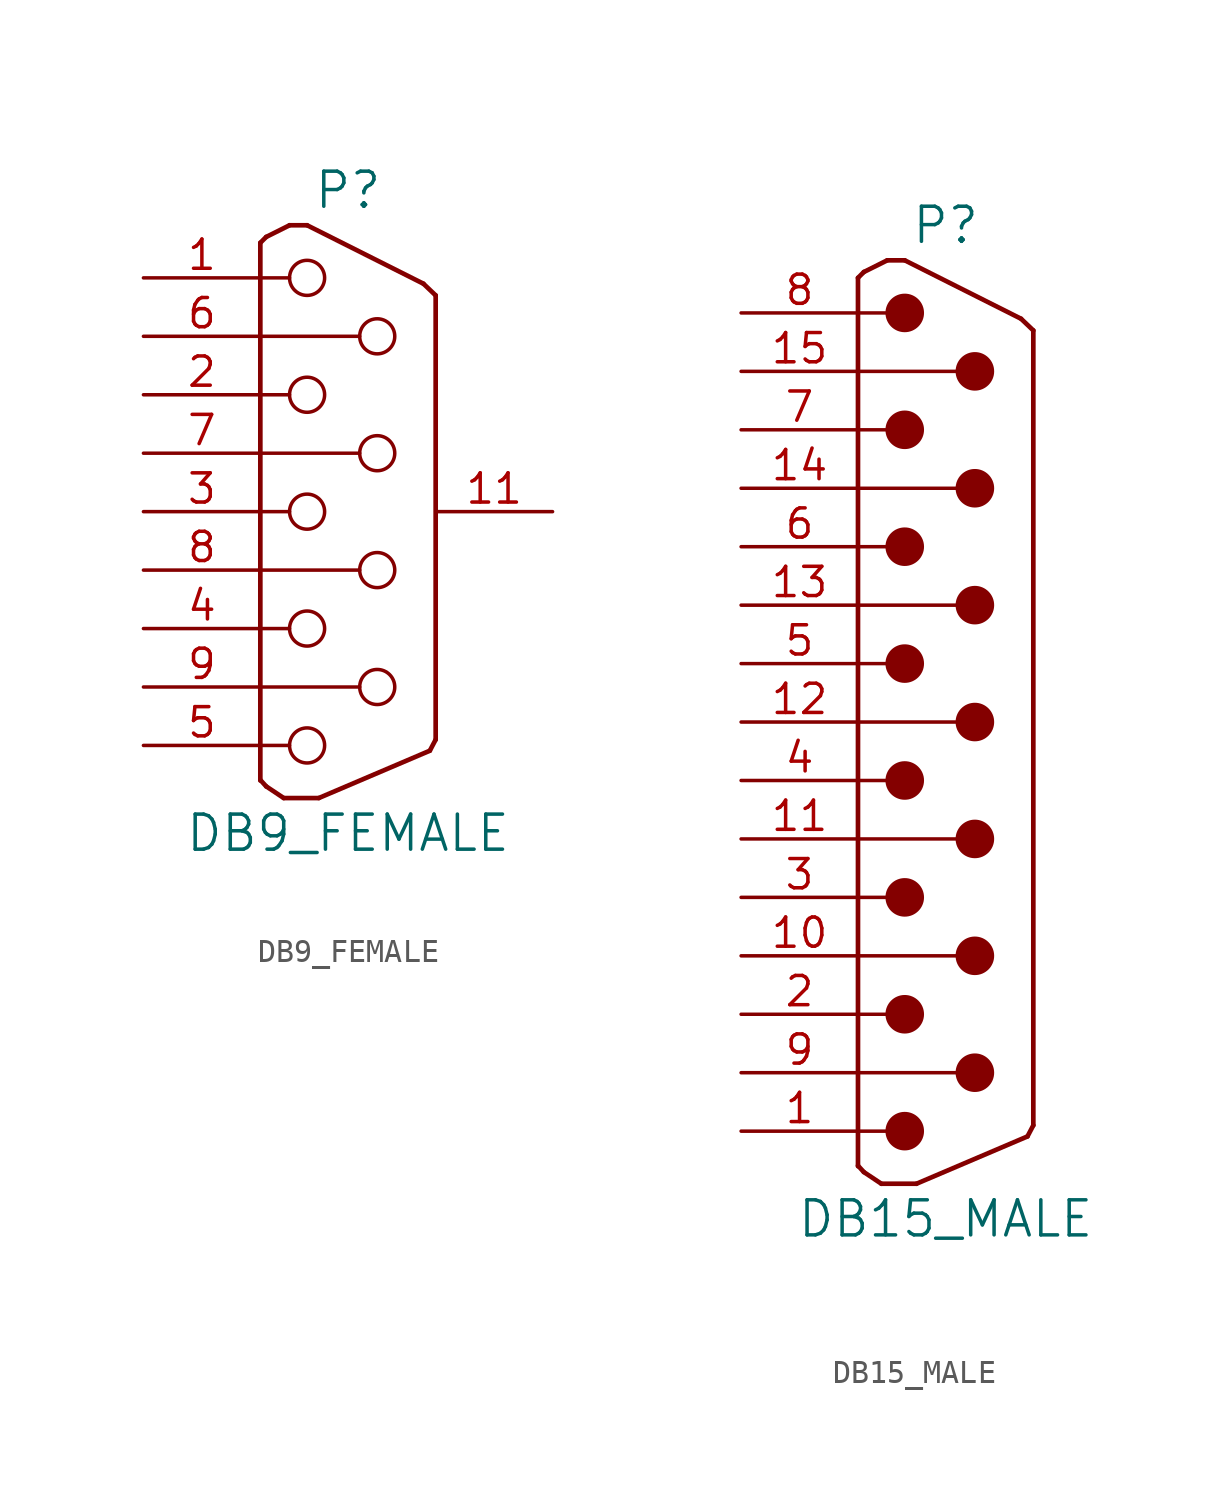
<source format=kicad_sym>
(kicad_symbol_lib
  (version 20201005)
  (generator kicad_symbol_editor)
  (symbol "DB9_FEMALE"
    (pin_names
      (offset 1.016) hide)
    (property "Reference" "P"
      (at 0 13.97 0)
      (effects (font (size 1.524 1.524))))
    (property "Value" "DB9_FEMALE"
      (at 0 -13.97 0)
      (effects (font (size 1.524 1.524))))
    (property "Footprint" ""
      (at 0 0 0)
      (effects (font (size 1.27 1.27))))
    (property "Datasheet" ""
      (at 0 0 0)
      (effects (font (size 1.27 1.27))))
    (symbol "DB9_FEMALE_0_1"
      (circle (center -1.778 -10.16) (radius 0.762) (stroke (width 0)) (fill (type none)))
      (circle (center -1.778 -5.08) (radius 0.762) (stroke (width 0)) (fill (type none)))
      (circle (center -1.778 0) (radius 0.762) (stroke (width 0)) (fill (type none)))
      (circle (center -1.778 5.08) (radius 0.762) (stroke (width 0)) (fill (type none)))
      (circle (center -1.778 10.16) (radius 0.762) (stroke (width 0)) (fill (type none)))
      (circle (center 1.27 -7.62) (radius 0.762) (stroke (width 0)) (fill (type none)))
      (circle (center 1.27 -2.54) (radius 0.762) (stroke (width 0)) (fill (type none)))
      (circle (center 1.27 2.54) (radius 0.762) (stroke (width 0)) (fill (type none)))
      (circle (center 1.27 7.62) (radius 0.762) (stroke (width 0)) (fill (type none)))
      (polyline (pts (xy -3.81 -11.684) (xy -3.81 11.684)) (stroke (width 0.203)) (fill (type none)))
      (polyline (pts (xy -3.81 -11.659) (xy -3.556 -11.938)) (stroke (width 0.203)) (fill (type none)))
      (polyline (pts (xy -3.81 -10.16) (xy -2.54 -10.16)) (stroke (width 0)) (fill (type none)))
      (polyline (pts (xy -3.81 -7.62) (xy 0.508 -7.62)) (stroke (width 0)) (fill (type none)))
      (polyline (pts (xy -3.81 -5.08) (xy -2.54 -5.08)) (stroke (width 0)) (fill (type none)))
      (polyline (pts (xy -3.81 -2.54) (xy 0.508 -2.54)) (stroke (width 0)) (fill (type none)))
      (polyline (pts (xy -3.81 0) (xy -2.54 0)) (stroke (width 0)) (fill (type none)))
      (polyline (pts (xy -3.81 2.54) (xy 0.508 2.54)) (stroke (width 0)) (fill (type none)))
      (polyline (pts (xy -3.81 5.08) (xy -2.54 5.08)) (stroke (width 0)) (fill (type none)))
      (polyline (pts (xy -3.81 7.62) (xy 0.508 7.62)) (stroke (width 0)) (fill (type none)))
      (polyline (pts (xy -3.81 10.16) (xy -2.54 10.16)) (stroke (width 0)) (fill (type none)))
      (polyline (pts (xy -3.556 -11.938) (xy -2.794 -12.446)) (stroke (width 0.203)) (fill (type none)))
      (polyline (pts (xy -3.556 11.938) (xy -3.81 11.684)) (stroke (width 0.203)) (fill (type none)))
      (polyline (pts (xy -3.556 11.938) (xy -2.54 12.446)) (stroke (width 0.203)) (fill (type none)))
      (polyline (pts (xy -2.794 -12.446) (xy -1.27 -12.446)) (stroke (width 0.203)) (fill (type none)))
      (polyline (pts (xy -2.54 12.446) (xy -1.778 12.446)) (stroke (width 0.203)) (fill (type none)))
      (polyline (pts (xy 3.277 9.906) (xy -1.778 12.446)) (stroke (width 0.203)) (fill (type none)))
      (polyline (pts (xy 3.277 9.906) (xy 3.81 9.398)) (stroke (width 0.203)) (fill (type none)))
      (polyline (pts (xy 3.556 -10.389) (xy -1.27 -12.446)) (stroke (width 0.203)) (fill (type none)))
      (polyline (pts (xy 3.81 -9.906) (xy 3.556 -10.389)) (stroke (width 0.203)) (fill (type none)))
      (polyline (pts (xy 3.81 9.398) (xy 3.81 -9.906)) (stroke (width 0.203)) (fill (type none))))
    (symbol "DB9_FEMALE_1_1"
      (pin passive line (at -8.89 10.16 0) (length 5.08) (name "1" (effects (font (size 1.27 1.27)))) (number "1" (effects (font (size 1.27 1.27)))))
      (pin passive line (at 8.89 0 180) (length 5.08) (name "~" (effects (font (size 1.27 1.27)))) (number "11" (effects (font (size 1.27 1.27)))))
      (pin passive line (at -8.89 5.08 0) (length 5.08) (name "2" (effects (font (size 1.27 1.27)))) (number "2" (effects (font (size 1.27 1.27)))))
      (pin passive line (at -8.89 0 0) (length 5.08) (name "3" (effects (font (size 1.27 1.27)))) (number "3" (effects (font (size 1.27 1.27)))))
      (pin passive line (at -8.89 -5.08 0) (length 5.08) (name "4" (effects (font (size 1.27 1.27)))) (number "4" (effects (font (size 1.27 1.27)))))
      (pin passive line (at -8.89 -10.16 0) (length 5.08) (name "5" (effects (font (size 1.27 1.27)))) (number "5" (effects (font (size 1.27 1.27)))))
      (pin passive line (at -8.89 7.62 0) (length 5.08) (name "6" (effects (font (size 1.27 1.27)))) (number "6" (effects (font (size 1.27 1.27)))))
      (pin passive line (at -8.89 2.54 0) (length 5.08) (name "7" (effects (font (size 1.27 1.27)))) (number "7" (effects (font (size 1.27 1.27)))))
      (pin passive line (at -8.89 -2.54 0) (length 5.08) (name "8" (effects (font (size 1.27 1.27)))) (number "8" (effects (font (size 1.27 1.27)))))
      (pin passive line (at -8.89 -7.62 0) (length 5.08) (name "9" (effects (font (size 1.27 1.27)))) (number "9" (effects (font (size 1.27 1.27)))))))
  (symbol "DB15_MALE"
    (pin_names
      (offset 1.016) hide)
    (property "Reference" "P"
      (at 0 21.59 0)
      (effects (font (size 1.524 1.524))))
    (property "Value" "DB15_MALE"
      (at 0 -21.59 0)
      (effects (font (size 1.524 1.524))))
    (symbol "DB15_MALE_0_1"
      (circle (center -1.778 -17.78) (radius 0.762) (stroke (width 0)) (fill (type outline)))
      (circle (center -1.778 -12.7) (radius 0.762) (stroke (width 0)) (fill (type outline)))
      (circle (center -1.778 -7.62) (radius 0.762) (stroke (width 0)) (fill (type outline)))
      (circle (center -1.778 -2.54) (radius 0.762) (stroke (width 0)) (fill (type outline)))
      (circle (center -1.778 2.54) (radius 0.762) (stroke (width 0)) (fill (type outline)))
      (circle (center -1.778 7.62) (radius 0.762) (stroke (width 0)) (fill (type outline)))
      (circle (center -1.778 12.7) (radius 0.762) (stroke (width 0)) (fill (type outline)))
      (circle (center -1.778 17.78) (radius 0.762) (stroke (width 0)) (fill (type outline)))
      (circle (center 1.27 -15.24) (radius 0.762) (stroke (width 0)) (fill (type outline)))
      (circle (center 1.27 -10.16) (radius 0.762) (stroke (width 0)) (fill (type outline)))
      (circle (center 1.27 -5.08) (radius 0.762) (stroke (width 0)) (fill (type outline)))
      (circle (center 1.27 0) (radius 0.762) (stroke (width 0)) (fill (type outline)))
      (circle (center 1.27 5.08) (radius 0.762) (stroke (width 0)) (fill (type outline)))
      (circle (center 1.27 10.16) (radius 0.762) (stroke (width 0)) (fill (type outline)))
      (circle (center 1.27 15.24) (radius 0.762) (stroke (width 0)) (fill (type outline)))
      (polyline (pts (xy -3.81 -19.304) (xy -3.81 19.304)) (stroke (width 0.203)) (fill (type none)))
      (polyline (pts (xy -3.81 -19.279) (xy -3.556 -19.558)) (stroke (width 0.203)) (fill (type none)))
      (polyline (pts (xy -3.81 -17.78) (xy -2.54 -17.78)) (stroke (width 0)) (fill (type none)))
      (polyline (pts (xy -3.81 -15.24) (xy 0.508 -15.24)) (stroke (width 0)) (fill (type none)))
      (polyline (pts (xy -3.81 -12.7) (xy -2.54 -12.7)) (stroke (width 0)) (fill (type none)))
      (polyline (pts (xy -3.81 -10.16) (xy 0.508 -10.16)) (stroke (width 0)) (fill (type none)))
      (polyline (pts (xy -3.81 -7.62) (xy -2.54 -7.62)) (stroke (width 0)) (fill (type none)))
      (polyline (pts (xy -3.81 -5.08) (xy 0.508 -5.08)) (stroke (width 0)) (fill (type none)))
      (polyline (pts (xy -3.81 -2.54) (xy -2.54 -2.54)) (stroke (width 0)) (fill (type none)))
      (polyline (pts (xy -3.81 0) (xy 0.508 0)) (stroke (width 0)) (fill (type none)))
      (polyline (pts (xy -3.81 2.54) (xy -2.54 2.54)) (stroke (width 0)) (fill (type none)))
      (polyline (pts (xy -3.81 5.08) (xy 0.508 5.08)) (stroke (width 0)) (fill (type none)))
      (polyline (pts (xy -3.81 7.62) (xy -2.54 7.62)) (stroke (width 0)) (fill (type none)))
      (polyline (pts (xy -3.81 10.16) (xy 0.508 10.16)) (stroke (width 0)) (fill (type none)))
      (polyline (pts (xy -3.81 12.7) (xy -2.54 12.7)) (stroke (width 0)) (fill (type none)))
      (polyline (pts (xy -3.81 15.24) (xy 0.508 15.24)) (stroke (width 0)) (fill (type none)))
      (polyline (pts (xy -3.81 17.78) (xy -2.54 17.78)) (stroke (width 0)) (fill (type none)))
      (polyline (pts (xy -3.556 -19.558) (xy -2.794 -20.066)) (stroke (width 0.203)) (fill (type none)))
      (polyline (pts (xy -3.556 19.558) (xy -3.81 19.304)) (stroke (width 0.203)) (fill (type none)))
      (polyline (pts (xy -3.556 19.558) (xy -2.54 20.066)) (stroke (width 0.203)) (fill (type none)))
      (polyline (pts (xy -2.794 -20.066) (xy -1.27 -20.066)) (stroke (width 0.203)) (fill (type none)))
      (polyline (pts (xy -2.54 20.066) (xy -1.778 20.066)) (stroke (width 0.203)) (fill (type none)))
      (polyline (pts (xy 3.277 17.526) (xy -1.778 20.066)) (stroke (width 0.203)) (fill (type none)))
      (polyline (pts (xy 3.277 17.526) (xy 3.81 17.018)) (stroke (width 0.203)) (fill (type none)))
      (polyline (pts (xy 3.556 -18.009) (xy -1.27 -20.066)) (stroke (width 0.203)) (fill (type none)))
      (polyline (pts (xy 3.81 -17.526) (xy 3.556 -18.009)) (stroke (width 0.203)) (fill (type none))))
    (symbol "DB15_MALE_1_1"
      (polyline (pts (xy 3.81 17.018) (xy 3.81 -17.526)) (stroke (width 0.203)) (fill (type none)))
      (pin passive line (at -8.89 -17.78 0) (length 5.08) (name "1" (effects (font (size 1.27 1.27)))) (number "1" (effects (font (size 1.27 1.27)))))
      (pin passive line (at -8.89 -10.16 0) (length 5.08) (name "10" (effects (font (size 1.27 1.27)))) (number "10" (effects (font (size 1.27 1.27)))))
      (pin passive line (at -8.89 -5.08 0) (length 5.08) (name "11" (effects (font (size 1.27 1.27)))) (number "11" (effects (font (size 1.27 1.27)))))
      (pin passive line (at -8.89 0 0) (length 5.08) (name "12" (effects (font (size 1.27 1.27)))) (number "12" (effects (font (size 1.27 1.27)))))
      (pin passive line (at -8.89 5.08 0) (length 5.08) (name "13" (effects (font (size 1.27 1.27)))) (number "13" (effects (font (size 1.27 1.27)))))
      (pin passive line (at -8.89 10.16 0) (length 5.08) (name "14" (effects (font (size 1.27 1.27)))) (number "14" (effects (font (size 1.27 1.27)))))
      (pin passive line (at -8.89 15.24 0) (length 5.08) (name "15" (effects (font (size 1.27 1.27)))) (number "15" (effects (font (size 1.27 1.27)))))
      (pin passive line (at -8.89 -12.7 0) (length 5.08) (name "2" (effects (font (size 1.27 1.27)))) (number "2" (effects (font (size 1.27 1.27)))))
      (pin passive line (at -8.89 -7.62 0) (length 5.08) (name "3" (effects (font (size 1.27 1.27)))) (number "3" (effects (font (size 1.27 1.27)))))
      (pin passive line (at -8.89 -2.54 0) (length 5.08) (name "4" (effects (font (size 1.27 1.27)))) (number "4" (effects (font (size 1.27 1.27)))))
      (pin passive line (at -8.89 2.54 0) (length 5.08) (name "5" (effects (font (size 1.27 1.27)))) (number "5" (effects (font (size 1.27 1.27)))))
      (pin passive line (at -8.89 7.62 0) (length 5.08) (name "6" (effects (font (size 1.27 1.27)))) (number "6" (effects (font (size 1.27 1.27)))))
      (pin passive line (at -8.89 12.7 0) (length 5.08) (name "7" (effects (font (size 1.27 1.27)))) (number "7" (effects (font (size 1.27 1.27)))))
      (pin passive line (at -8.89 17.78 0) (length 5.08) (name "8" (effects (font (size 1.27 1.27)))) (number "8" (effects (font (size 1.27 1.27)))))
      (pin passive line (at -8.89 -15.24 0) (length 5.08) (name "9" (effects (font (size 1.27 1.27)))) (number "9" (effects (font (size 1.27 1.27))))))))
</source>
